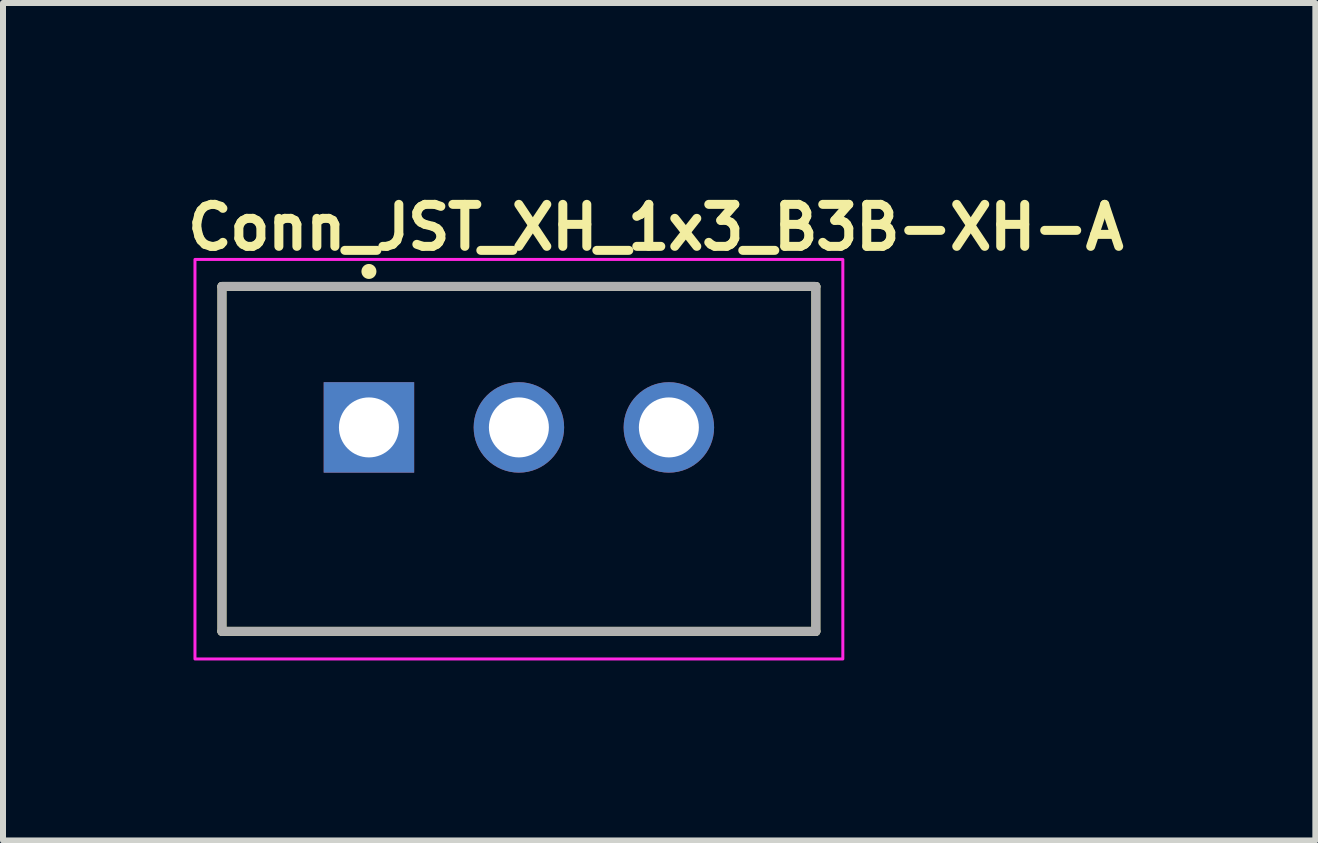
<source format=kicad_pcb>
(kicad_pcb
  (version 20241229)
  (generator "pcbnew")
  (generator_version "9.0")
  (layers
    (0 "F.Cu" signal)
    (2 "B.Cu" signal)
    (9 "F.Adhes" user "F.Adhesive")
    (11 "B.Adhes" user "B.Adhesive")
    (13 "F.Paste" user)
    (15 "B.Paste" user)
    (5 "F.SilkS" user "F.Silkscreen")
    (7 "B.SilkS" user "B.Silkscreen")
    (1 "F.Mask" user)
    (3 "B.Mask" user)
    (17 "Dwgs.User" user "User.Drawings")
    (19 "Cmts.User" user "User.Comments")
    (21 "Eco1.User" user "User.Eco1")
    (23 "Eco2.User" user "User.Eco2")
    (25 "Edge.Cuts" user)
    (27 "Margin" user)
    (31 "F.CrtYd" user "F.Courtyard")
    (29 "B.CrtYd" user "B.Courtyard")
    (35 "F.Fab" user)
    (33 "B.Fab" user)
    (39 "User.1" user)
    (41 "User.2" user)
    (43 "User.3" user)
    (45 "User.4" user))
  (footprint "Conn_JST_XH_1x3_B3B-XH-A"
    (layer "F.Cu")
    (at 3.1 4.075)
    (property "Reference" "Conn_JST_XH_1x3_B3B-XH-A" (at -3.1 -2.925 180) (layer "F.SilkS") (effects (font (size 0.7 0.7) (thickness 0.15)) (justify left bottom)))
    (attr through_hole)
    (fp_line (start -2.45 -2.35) (end 7.45 -2.35) (stroke (width 0.15) (type solid)) (layer "F.SilkS"))
    (fp_line (start -2.45 3.4) (end -2.45 -2.35) (stroke (width 0.15) (type solid)) (layer "F.SilkS"))
    (fp_line (start 7.45 -2.35) (end 7.45 3.4) (stroke (width 0.15) (type solid)) (layer "F.SilkS"))
    (fp_line (start 7.45 3.4) (end -2.45 3.4) (stroke (width 0.15) (type solid)) (layer "F.SilkS"))
    (fp_circle (center 0 -2.6) (end -0.05 -2.6) (stroke (width 0.15) (type solid)) (fill yes) (layer "F.SilkS"))
    (fp_rect (start -2.9 -2.8) (end 7.9 3.86) (stroke (width 0.05) (type solid)) (fill no) (layer "F.CrtYd"))
    (fp_line (start -2.45 -2.35) (end 7.45 -2.35) (stroke (width 0.15) (type solid)) (layer "F.Fab"))
    (fp_line (start -2.45 3.4) (end -2.45 -2.35) (stroke (width 0.15) (type solid)) (layer "F.Fab"))
    (fp_line (start 7.45 -2.35) (end 7.45 3.4) (stroke (width 0.15) (type solid)) (layer "F.Fab"))
    (fp_line (start 7.45 3.4) (end -2.45 3.4) (stroke (width 0.15) (type solid)) (layer "F.Fab"))
    (fp_rect (start -2.45 -2.345) (end 7.45 3.405) (stroke (width 0.1) (type solid)) (fill no) (layer "User.5"))
    (fp_line (start -2.45 -2.345) (end -2.45 -1.12) (stroke (width 0.02) (type solid)) (layer "User.9"))
    (fp_line (start -2.45 -2.345) (end -0.65 -2.345) (stroke (width 0.02) (type solid)) (layer "User.9"))
    (fp_line (start -2.45 -1.12) (end -2.45 -1.117) (stroke (width 0.02) (type solid)) (layer "User.9"))
    (fp_line (start -2.45 -1.12) (end -2.04 -1.12) (stroke (width 0.02) (type solid)) (layer "User.9"))
    (fp_line (start -2.45 -1.117) (end -2.45 -1.107) (stroke (width 0.02) (type solid)) (layer "User.9"))
    (fp_line (start -2.45 -1.107) (end -2.45 -1.092) (stroke (width 0.02) (type solid)) (layer "User.9"))
    (fp_line (start -2.45 -1.092) (end -2.45 -1.07) (stroke (width 0.02) (type solid)) (layer "User.9"))
    (fp_line (start -2.45 -1.07) (end -2.45 -1.043) (stroke (width 0.02) (type solid)) (layer "User.9"))
    (fp_line (start -2.45 -1.043) (end -2.45 -1.011) (stroke (width 0.02) (type solid)) (layer "User.9"))
    (fp_line (start -2.45 -1.011) (end -2.45 -0.974) (stroke (width 0.02) (type solid)) (layer "User.9"))
    (fp_line (start -2.45 -0.974) (end -2.45 -0.932) (stroke (width 0.02) (type solid)) (layer "User.9"))
    (fp_line (start -2.45 -0.932) (end -2.45 -0.886) (stroke (width 0.02) (type solid)) (layer "User.9"))
    (fp_line (start -2.45 -0.886) (end -2.45 -0.837) (stroke (width 0.02) (type solid)) (layer "User.9"))
    (fp_line (start -2.45 -0.837) (end -2.45 -0.785) (stroke (width 0.02) (type solid)) (layer "User.9"))
    (fp_line (start -2.45 -0.785) (end -2.45 -0.731) (stroke (width 0.02) (type solid)) (layer "User.9"))
    (fp_line (start -2.45 -0.731) (end -2.45 -0.676) (stroke (width 0.02) (type solid)) (layer "User.9"))
    (fp_line (start -2.45 -0.676) (end -2.45 -0.62) (stroke (width 0.02) (type solid)) (layer "User.9"))
    (fp_line (start -2.45 -0.62) (end -2.45 -0.12) (stroke (width 0.02) (type solid)) (layer "User.9"))
    (fp_line (start -2.45 -0.12) (end -2.45 -0.62) (stroke (width 0.02) (type solid)) (layer "User.9"))
    (fp_line (start -2.45 -0.12) (end -2.45 3.405) (stroke (width 0.02) (type solid)) (layer "User.9"))
    (fp_line (start -2.45 3.405) (end 7.45 3.405) (stroke (width 0.02) (type solid)) (layer "User.9"))
    (fp_line (start -2.04 -1.935) (end -1.75 -1.645) (stroke (width 0.02) (type solid)) (layer "User.9"))
    (fp_line (start -2.04 -1.935) (end -0.65 -1.935) (stroke (width 0.02) (type solid)) (layer "User.9"))
    (fp_line (start -2.04 -1.12) (end -2.45 -1.12) (stroke (width 0.02) (type solid)) (layer "User.9"))
    (fp_line (start -2.04 -1.12) (end -2.04 -1.935) (stroke (width 0.02) (type solid)) (layer "User.9"))
    (fp_line (start -2.04 -0.12) (end -2.45 -0.12) (stroke (width 0.02) (type solid)) (layer "User.9"))
    (fp_line (start -2.04 -0.12) (end -1.75 -0.12) (stroke (width 0.02) (type solid)) (layer "User.9"))
    (fp_line (start -2.04 2.995) (end -2.04 -0.12) (stroke (width 0.02) (type solid)) (layer "User.9"))
    (fp_line (start -2.04 2.995) (end -1.75 2.705) (stroke (width 0.02) (type solid)) (layer "User.9"))
    (fp_line (start -1.75 -1.645) (end -1.75 -1.12) (stroke (width 0.02) (type solid)) (layer "User.9"))
    (fp_line (start -1.75 -1.12) (end -2.04 -1.12) (stroke (width 0.02) (type solid)) (layer "User.9"))
    (fp_line (start -1.75 -1.12) (end -1.75 -0.62) (stroke (width 0.02) (type solid)) (layer "User.9"))
    (fp_line (start -1.75 -1.117) (end -1.75 -1.107) (stroke (width 0.02) (type solid)) (layer "User.9"))
    (fp_line (start -1.75 -1.107) (end -1.75 -1.092) (stroke (width 0.02) (type solid)) (layer "User.9"))
    (fp_line (start -1.75 -1.092) (end -1.75 -1.07) (stroke (width 0.02) (type solid)) (layer "User.9"))
    (fp_line (start -1.75 -1.07) (end -1.75 -1.043) (stroke (width 0.02) (type solid)) (layer "User.9"))
    (fp_line (start -1.75 -1.043) (end -1.75 -1.011) (stroke (width 0.02) (type solid)) (layer "User.9"))
    (fp_line (start -1.75 -1.011) (end -1.75 -0.974) (stroke (width 0.02) (type solid)) (layer "User.9"))
    (fp_line (start -1.75 -0.974) (end -1.75 -0.932) (stroke (width 0.02) (type solid)) (layer "User.9"))
    (fp_line (start -1.75 -0.932) (end -1.75 -0.886) (stroke (width 0.02) (type solid)) (layer "User.9"))
    (fp_line (start -1.75 -0.886) (end -1.75 -0.837) (stroke (width 0.02) (type solid)) (layer "User.9"))
    (fp_line (start -1.75 -0.837) (end -1.75 -0.785) (stroke (width 0.02) (type solid)) (layer "User.9"))
    (fp_line (start -1.75 -0.785) (end -1.75 -0.731) (stroke (width 0.02) (type solid)) (layer "User.9"))
    (fp_line (start -1.75 -0.731) (end -1.75 -0.676) (stroke (width 0.02) (type solid)) (layer "User.9"))
    (fp_line (start -1.75 -0.676) (end -1.75 -0.62) (stroke (width 0.02) (type solid)) (layer "User.9"))
    (fp_line (start -1.75 -0.62) (end -2.45 -0.62) (stroke (width 0.02) (type solid)) (layer "User.9"))
    (fp_line (start -1.75 -0.62) (end -1.75 -0.12) (stroke (width 0.02) (type solid)) (layer "User.9"))
    (fp_line (start -1.75 -0.12) (end -1.75 2.705) (stroke (width 0.02) (type solid)) (layer "User.9"))
    (fp_line (start -1.75 2.705) (end 6.75 2.705) (stroke (width 0.02) (type solid)) (layer "User.9"))
    (fp_line (start -0.65 -2.345) (end -0.633 -2.345) (stroke (width 0.02) (type solid)) (layer "User.9"))
    (fp_line (start -0.65 -1.935) (end -0.65 -2.345) (stroke (width 0.02) (type solid)) (layer "User.9"))
    (fp_line (start -0.65 -1.935) (end -0.65 -1.733) (stroke (width 0.02) (type solid)) (layer "User.9"))
    (fp_line (start -0.65 -1.935) (end -0.5 -1.646) (stroke (width 0.02) (type solid)) (layer "User.9"))
    (fp_line (start -0.65 -1.733) (end -0.623 -1.731) (stroke (width 0.02) (type solid)) (layer "User.9"))
    (fp_line (start -0.633 -2.345) (end -0.617 -2.345) (stroke (width 0.02) (type solid)) (layer "User.9"))
    (fp_line (start -0.623 -1.731) (end -0.595 -1.727) (stroke (width 0.02) (type solid)) (layer "User.9"))
    (fp_line (start -0.617 -2.345) (end -0.491 -2.345) (stroke (width 0.02) (type solid)) (layer "User.9"))
    (fp_line (start -0.6 -2.345) (end -0.585 -2.345) (stroke (width 0.02) (type solid)) (layer "User.9"))
    (fp_line (start -0.595 -1.727) (end -0.568 -1.719) (stroke (width 0.02) (type solid)) (layer "User.9"))
    (fp_line (start -0.585 -2.345) (end -0.57 -2.345) (stroke (width 0.02) (type solid)) (layer "User.9"))
    (fp_line (start -0.57 -2.345) (end -0.556 -2.345) (stroke (width 0.02) (type solid)) (layer "User.9"))
    (fp_line (start -0.568 -1.719) (end -0.544 -1.708) (stroke (width 0.02) (type solid)) (layer "User.9"))
    (fp_line (start -0.556 -2.345) (end -0.544 -2.345) (stroke (width 0.02) (type solid)) (layer "User.9"))
    (fp_line (start -0.544 -2.345) (end -0.533 -2.345) (stroke (width 0.02) (type solid)) (layer "User.9"))
    (fp_line (start -0.544 -1.708) (end -0.525 -1.694) (stroke (width 0.02) (type solid)) (layer "User.9"))
    (fp_line (start -0.533 -2.345) (end -0.523 -2.345) (stroke (width 0.02) (type solid)) (layer "User.9"))
    (fp_line (start -0.525 -1.694) (end -0.511 -1.678) (stroke (width 0.02) (type solid)) (layer "User.9"))
    (fp_line (start -0.523 -2.345) (end -0.515 -2.345) (stroke (width 0.02) (type solid)) (layer "User.9"))
    (fp_line (start -0.515 -2.345) (end -0.508 -2.345) (stroke (width 0.02) (type solid)) (layer "User.9"))
    (fp_line (start -0.511 -1.678) (end -0.503 -1.662) (stroke (width 0.02) (type solid)) (layer "User.9"))
    (fp_line (start -0.508 -2.345) (end -0.504 -2.345) (stroke (width 0.02) (type solid)) (layer "User.9"))
    (fp_line (start -0.504 -2.345) (end -0.501 -2.345) (stroke (width 0.02) (type solid)) (layer "User.9"))
    (fp_line (start -0.503 -1.662) (end -0.5 -1.646) (stroke (width 0.02) (type solid)) (layer "User.9"))
    (fp_line (start -0.501 -2.345) (end -0.5 -2.345) (stroke (width 0.02) (type solid)) (layer "User.9"))
    (fp_line (start -0.5 -1.646) (end -0.5 -2.345) (stroke (width 0.02) (type solid)) (layer "User.9"))
    (fp_line (start -0.5 -1.645) (end -1.75 -1.645) (stroke (width 0.02) (type solid)) (layer "User.9"))
    (fp_line (start -0.491 -2.345) (end -0.5 -1.645) (stroke (width 0.02) (type solid)) (layer "User.9"))
    (fp_line (start -0.473 -2.345) (end -0.5 -2.345) (stroke (width 0.02) (type solid)) (layer "User.9"))
    (fp_line (start -0.473 -1.645) (end -0.5 -1.645) (stroke (width 0.02) (type solid)) (layer "User.9"))
    (fp_line (start -0.444 -2.345) (end -0.473 -2.345) (stroke (width 0.02) (type solid)) (layer "User.9"))
    (fp_line (start -0.444 -1.645) (end -0.473 -1.645) (stroke (width 0.02) (type solid)) (layer "User.9"))
    (fp_line (start -0.414 -2.345) (end -0.444 -2.345) (stroke (width 0.02) (type solid)) (layer "User.9"))
    (fp_line (start -0.414 -1.645) (end -0.444 -1.645) (stroke (width 0.02) (type solid)) (layer "User.9"))
    (fp_line (start -0.381 -2.345) (end -0.414 -2.345) (stroke (width 0.02) (type solid)) (layer "User.9"))
    (fp_line (start -0.381 -1.645) (end -0.414 -1.645) (stroke (width 0.02) (type solid)) (layer "User.9"))
    (fp_line (start -0.348 -2.345) (end -0.381 -2.345) (stroke (width 0.02) (type solid)) (layer "User.9"))
    (fp_line (start -0.348 -1.645) (end -0.381 -1.645) (stroke (width 0.02) (type solid)) (layer "User.9"))
    (fp_line (start -0.32 -0.315) (end -0.32 0.325) (stroke (width 0.02) (type solid)) (layer "User.9"))
    (fp_line (start -0.32 -0.315) (end 0 0.005) (stroke (width 0.02) (type solid)) (layer "User.9"))
    (fp_line (start -0.32 0.325) (end 0 0.005) (stroke (width 0.02) (type solid)) (layer "User.9"))
    (fp_line (start -0.32 0.325) (end 0.32 0.325) (stroke (width 0.02) (type solid)) (layer "User.9"))
    (fp_line (start -0.312 -2.345) (end -0.348 -2.345) (stroke (width 0.02) (type solid)) (layer "User.9"))
    (fp_line (start -0.312 -1.645) (end -0.348 -1.645) (stroke (width 0.02) (type solid)) (layer "User.9"))
    (fp_line (start -0.276 -2.345) (end -0.312 -2.345) (stroke (width 0.02) (type solid)) (layer "User.9"))
    (fp_line (start -0.276 -1.645) (end -0.312 -1.645) (stroke (width 0.02) (type solid)) (layer "User.9"))
    (fp_line (start -0.239 -2.345) (end -0.276 -2.345) (stroke (width 0.02) (type solid)) (layer "User.9"))
    (fp_line (start -0.239 -1.645) (end -0.276 -1.645) (stroke (width 0.02) (type solid)) (layer "User.9"))
    (fp_line (start -0.211 -0.206) (end 0.211 -0.206) (stroke (width 0.02) (type solid)) (layer "User.9"))
    (fp_line (start -0.211 0.216) (end -0.211 -0.206) (stroke (width 0.02) (type solid)) (layer "User.9"))
    (fp_line (start -0.2 -2.345) (end -0.239 -2.345) (stroke (width 0.02) (type solid)) (layer "User.9"))
    (fp_line (start -0.2 -1.645) (end -0.239 -1.645) (stroke (width 0.02) (type solid)) (layer "User.9"))
    (fp_line (start -0.161 -2.345) (end -0.2 -2.345) (stroke (width 0.02) (type solid)) (layer "User.9"))
    (fp_line (start -0.161 -1.645) (end -0.2 -1.645) (stroke (width 0.02) (type solid)) (layer "User.9"))
    (fp_line (start -0.122 -2.345) (end -0.161 -2.345) (stroke (width 0.02) (type solid)) (layer "User.9"))
    (fp_line (start -0.122 -1.645) (end -0.161 -1.645) (stroke (width 0.02) (type solid)) (layer "User.9"))
    (fp_line (start -0.081 -2.345) (end -0.122 -2.345) (stroke (width 0.02) (type solid)) (layer "User.9"))
    (fp_line (start -0.081 -1.645) (end -0.122 -1.645) (stroke (width 0.02) (type solid)) (layer "User.9"))
    (fp_line (start -0.041 -2.345) (end -0.081 -2.345) (stroke (width 0.02) (type solid)) (layer "User.9"))
    (fp_line (start -0.041 -1.645) (end -0.081 -1.645) (stroke (width 0.02) (type solid)) (layer "User.9"))
    (fp_line (start 0 -2.345) (end -0.5 -2.345) (stroke (width 0.02) (type solid)) (layer "User.9"))
    (fp_line (start 0 -2.345) (end -0.041 -2.345) (stroke (width 0.02) (type solid)) (layer "User.9"))
    (fp_line (start 0 -1.645) (end -0.041 -1.645) (stroke (width 0.02) (type solid)) (layer "User.9"))
    (fp_line (start 0 -1.645) (end 0 -2.345) (stroke (width 0.02) (type solid)) (layer "User.9"))
    (fp_line (start 0 0.005) (end 0.32 -0.315) (stroke (width 0.02) (type solid)) (layer "User.9"))
    (fp_line (start 0.211 -0.206) (end 0.211 0.216) (stroke (width 0.02) (type solid)) (layer "User.9"))
    (fp_line (start 0.211 0.216) (end -0.211 0.216) (stroke (width 0.02) (type solid)) (layer "User.9"))
    (fp_line (start 0.211 0.216) (end 0.32 0.325) (stroke (width 0.02) (type solid)) (layer "User.9"))
    (fp_line (start 0.32 -0.315) (end -0.32 -0.315) (stroke (width 0.02) (type solid)) (layer "User.9"))
    (fp_line (start 0.32 0.325) (end 0.32 -0.315) (stroke (width 0.02) (type solid)) (layer "User.9"))
    (fp_line (start 0.65 -2.345) (end 0 -2.345) (stroke (width 0.02) (type solid)) (layer "User.9"))
    (fp_line (start 0.65 -2.345) (end 4.35 -2.345) (stroke (width 0.02) (type solid)) (layer "User.9"))
    (fp_line (start 0.65 -1.935) (end 0.65 -2.345) (stroke (width 0.02) (type solid)) (layer "User.9"))
    (fp_line (start 0.65 -1.935) (end 4.35 -1.935) (stroke (width 0.02) (type solid)) (layer "User.9"))
    (fp_line (start 0.65 -1.645) (end 0 -1.645) (stroke (width 0.02) (type solid)) (layer "User.9"))
    (fp_line (start 0.65 -1.645) (end 0 -1.645) (stroke (width 0.02) (type solid)) (layer "User.9"))
    (fp_line (start 0.65 -1.645) (end 0.65 -2.345) (stroke (width 0.02) (type solid)) (layer "User.9"))
    (fp_line (start 2.18 -0.315) (end 2.82 -0.315) (stroke (width 0.02) (type solid)) (layer "User.9"))
    (fp_line (start 2.18 0.325) (end 2.18 -0.315) (stroke (width 0.02) (type solid)) (layer "User.9"))
    (fp_line (start 2.289 -0.206) (end 2.289 0.216) (stroke (width 0.02) (type solid)) (layer "User.9"))
    (fp_line (start 2.289 0.216) (end 2.18 0.325) (stroke (width 0.02) (type solid)) (layer "User.9"))
    (fp_line (start 2.289 0.216) (end 2.711 0.216) (stroke (width 0.02) (type solid)) (layer "User.9"))
    (fp_line (start 2.5 0.005) (end 2.18 -0.315) (stroke (width 0.02) (type solid)) (layer "User.9"))
    (fp_line (start 2.711 -0.206) (end 2.289 -0.206) (stroke (width 0.02) (type solid)) (layer "User.9"))
    (fp_line (start 2.711 0.216) (end 2.711 -0.206) (stroke (width 0.02) (type solid)) (layer "User.9"))
    (fp_line (start 2.82 -0.315) (end 2.5 0.005) (stroke (width 0.02) (type solid)) (layer "User.9"))
    (fp_line (start 2.82 -0.315) (end 2.82 0.325) (stroke (width 0.02) (type solid)) (layer "User.9"))
    (fp_line (start 2.82 0.325) (end 2.18 0.325) (stroke (width 0.02) (type solid)) (layer "User.9"))
    (fp_line (start 2.82 0.325) (end 2.5 0.005) (stroke (width 0.02) (type solid)) (layer "User.9"))
    (fp_line (start 4.35 -2.345) (end 4.35 -1.645) (stroke (width 0.02) (type solid)) (layer "User.9"))
    (fp_line (start 4.35 -2.345) (end 5 -2.345) (stroke (width 0.02) (type solid)) (layer "User.9"))
    (fp_line (start 4.35 -1.935) (end 4.35 -2.345) (stroke (width 0.02) (type solid)) (layer "User.9"))
    (fp_line (start 4.35 -1.645) (end 0.65 -1.645) (stroke (width 0.02) (type solid)) (layer "User.9"))
    (fp_line (start 4.35 -1.645) (end 5 -1.645) (stroke (width 0.02) (type solid)) (layer "User.9"))
    (fp_line (start 4.35 -1.645) (end 5 -1.645) (stroke (width 0.02) (type solid)) (layer "User.9"))
    (fp_line (start 4.68 -0.315) (end 5.32 -0.315) (stroke (width 0.02) (type solid)) (layer "User.9"))
    (fp_line (start 4.68 0.325) (end 4.68 -0.315) (stroke (width 0.02) (type solid)) (layer "User.9"))
    (fp_line (start 4.789 -0.206) (end 4.789 0.216) (stroke (width 0.02) (type solid)) (layer "User.9"))
    (fp_line (start 4.789 0.216) (end 5.211 0.216) (stroke (width 0.02) (type solid)) (layer "User.9"))
    (fp_line (start 5 -2.345) (end 5.041 -2.345) (stroke (width 0.02) (type solid)) (layer "User.9"))
    (fp_line (start 5 -2.345) (end 5.501 -2.345) (stroke (width 0.02) (type solid)) (layer "User.9"))
    (fp_line (start 5 -1.645) (end 5 -2.345) (stroke (width 0.02) (type solid)) (layer "User.9"))
    (fp_line (start 5 -1.645) (end 5.041 -1.645) (stroke (width 0.02) (type solid)) (layer "User.9"))
    (fp_line (start 5 0.005) (end 4.68 -0.315) (stroke (width 0.02) (type solid)) (layer "User.9"))
    (fp_line (start 5 0.005) (end 4.68 0.325) (stroke (width 0.02) (type solid)) (layer "User.9"))
    (fp_line (start 5.041 -2.345) (end 5.081 -2.345) (stroke (width 0.02) (type solid)) (layer "User.9"))
    (fp_line (start 5.041 -1.645) (end 5.081 -1.645) (stroke (width 0.02) (type solid)) (layer "User.9"))
    (fp_line (start 5.081 -2.345) (end 5.122 -2.345) (stroke (width 0.02) (type solid)) (layer "User.9"))
    (fp_line (start 5.081 -1.645) (end 5.122 -1.645) (stroke (width 0.02) (type solid)) (layer "User.9"))
    (fp_line (start 5.122 -2.345) (end 5.161 -2.345) (stroke (width 0.02) (type solid)) (layer "User.9"))
    (fp_line (start 5.122 -1.645) (end 5.161 -1.645) (stroke (width 0.02) (type solid)) (layer "User.9"))
    (fp_line (start 5.161 -2.345) (end 5.2 -2.345) (stroke (width 0.02) (type solid)) (layer "User.9"))
    (fp_line (start 5.161 -1.645) (end 5.2 -1.645) (stroke (width 0.02) (type solid)) (layer "User.9"))
    (fp_line (start 5.2 -2.345) (end 5.239 -2.345) (stroke (width 0.02) (type solid)) (layer "User.9"))
    (fp_line (start 5.2 -1.645) (end 5.239 -1.645) (stroke (width 0.02) (type solid)) (layer "User.9"))
    (fp_line (start 5.211 -0.206) (end 4.789 -0.206) (stroke (width 0.02) (type solid)) (layer "User.9"))
    (fp_line (start 5.211 0.216) (end 5.211 -0.206) (stroke (width 0.02) (type solid)) (layer "User.9"))
    (fp_line (start 5.239 -2.345) (end 5.276 -2.345) (stroke (width 0.02) (type solid)) (layer "User.9"))
    (fp_line (start 5.239 -1.645) (end 5.276 -1.645) (stroke (width 0.02) (type solid)) (layer "User.9"))
    (fp_line (start 5.276 -2.345) (end 5.312 -2.345) (stroke (width 0.02) (type solid)) (layer "User.9"))
    (fp_line (start 5.276 -1.645) (end 5.312 -1.645) (stroke (width 0.02) (type solid)) (layer "User.9"))
    (fp_line (start 5.312 -2.345) (end 5.348 -2.345) (stroke (width 0.02) (type solid)) (layer "User.9"))
    (fp_line (start 5.312 -1.645) (end 5.348 -1.645) (stroke (width 0.02) (type solid)) (layer "User.9"))
    (fp_line (start 5.32 -0.315) (end 4.789 -0.206) (stroke (width 0.02) (type solid)) (layer "User.9"))
    (fp_line (start 5.32 -0.315) (end 5.211 -0.206) (stroke (width 0.02) (type solid)) (layer "User.9"))
    (fp_line (start 5.32 -0.315) (end 5.32 0.325) (stroke (width 0.02) (type solid)) (layer "User.9"))
    (fp_line (start 5.32 0.325) (end 4.68 0.325) (stroke (width 0.02) (type solid)) (layer "User.9"))
    (fp_line (start 5.32 0.325) (end 5 0.005) (stroke (width 0.02) (type solid)) (layer "User.9"))
    (fp_line (start 5.348 -2.345) (end 5.381 -2.345) (stroke (width 0.02) (type solid)) (layer "User.9"))
    (fp_line (start 5.348 -1.645) (end 5.381 -1.645) (stroke (width 0.02) (type solid)) (layer "User.9"))
    (fp_line (start 5.381 -2.345) (end 5.414 -2.345) (stroke (width 0.02) (type solid)) (layer "User.9"))
    (fp_line (start 5.381 -1.645) (end 5.414 -1.645) (stroke (width 0.02) (type solid)) (layer "User.9"))
    (fp_line (start 5.414 -2.345) (end 5.444 -2.345) (stroke (width 0.02) (type solid)) (layer "User.9"))
    (fp_line (start 5.414 -1.645) (end 5.444 -1.645) (stroke (width 0.02) (type solid)) (layer "User.9"))
    (fp_line (start 5.444 -2.345) (end 5.473 -2.345) (stroke (width 0.02) (type solid)) (layer "User.9"))
    (fp_line (start 5.444 -1.645) (end 5.473 -1.645) (stroke (width 0.02) (type solid)) (layer "User.9"))
    (fp_line (start 5.473 -2.345) (end 5.5 -2.345) (stroke (width 0.02) (type solid)) (layer "User.9"))
    (fp_line (start 5.473 -1.645) (end 5.5 -1.645) (stroke (width 0.02) (type solid)) (layer "User.9"))
    (fp_line (start 5.5 -1.646) (end 5.5 -2.345) (stroke (width 0.02) (type solid)) (layer "User.9"))
    (fp_line (start 5.5 -1.645) (end 5.5 -1.646) (stroke (width 0.02) (type solid)) (layer "User.9"))
    (fp_line (start 5.5 -1.645) (end 5.503 -1.662) (stroke (width 0.02) (type solid)) (layer "User.9"))
    (fp_line (start 5.501 -2.345) (end 5.504 -2.345) (stroke (width 0.02) (type solid)) (layer "User.9"))
    (fp_line (start 5.503 -1.662) (end 5.511 -1.678) (stroke (width 0.02) (type solid)) (layer "User.9"))
    (fp_line (start 5.504 -2.345) (end 5.508 -2.345) (stroke (width 0.02) (type solid)) (layer "User.9"))
    (fp_line (start 5.508 -2.345) (end 5.515 -2.345) (stroke (width 0.02) (type solid)) (layer "User.9"))
    (fp_line (start 5.511 -1.678) (end 5.524 -1.694) (stroke (width 0.02) (type solid)) (layer "User.9"))
    (fp_line (start 5.515 -2.345) (end 5.523 -2.345) (stroke (width 0.02) (type solid)) (layer "User.9"))
    (fp_line (start 5.523 -2.345) (end 5.533 -2.345) (stroke (width 0.02) (type solid)) (layer "User.9"))
    (fp_line (start 5.524 -1.694) (end 5.544 -1.708) (stroke (width 0.02) (type solid)) (layer "User.9"))
    (fp_line (start 5.533 -2.345) (end 5.544 -2.345) (stroke (width 0.02) (type solid)) (layer "User.9"))
    (fp_line (start 5.544 -2.345) (end 5.556 -2.345) (stroke (width 0.02) (type solid)) (layer "User.9"))
    (fp_line (start 5.544 -1.708) (end 5.568 -1.719) (stroke (width 0.02) (type solid)) (layer "User.9"))
    (fp_line (start 5.556 -2.345) (end 5.57 -2.345) (stroke (width 0.02) (type solid)) (layer "User.9"))
    (fp_line (start 5.568 -1.719) (end 5.595 -1.727) (stroke (width 0.02) (type solid)) (layer "User.9"))
    (fp_line (start 5.57 -2.345) (end 5.585 -2.345) (stroke (width 0.02) (type solid)) (layer "User.9"))
    (fp_line (start 5.585 -2.345) (end 5.6 -2.345) (stroke (width 0.02) (type solid)) (layer "User.9"))
    (fp_line (start 5.595 -1.727) (end 5.623 -1.731) (stroke (width 0.02) (type solid)) (layer "User.9"))
    (fp_line (start 5.6 -2.345) (end 5.617 -2.345) (stroke (width 0.02) (type solid)) (layer "User.9"))
    (fp_line (start 5.617 -2.345) (end 5.633 -2.345) (stroke (width 0.02) (type solid)) (layer "User.9"))
    (fp_line (start 5.623 -1.731) (end 5.65 -1.733) (stroke (width 0.02) (type solid)) (layer "User.9"))
    (fp_line (start 5.633 -2.345) (end 5.65 -2.345) (stroke (width 0.02) (type solid)) (layer "User.9"))
    (fp_line (start 5.65 -2.345) (end 5.65 -1.935) (stroke (width 0.02) (type solid)) (layer "User.9"))
    (fp_line (start 5.65 -2.345) (end 7.45 -2.345) (stroke (width 0.02) (type solid)) (layer "User.9"))
    (fp_line (start 5.65 -1.935) (end 5.65 -2.345) (stroke (width 0.02) (type solid)) (layer "User.9"))
    (fp_line (start 5.65 -1.935) (end 7.04 -1.935) (stroke (width 0.02) (type solid)) (layer "User.9"))
    (fp_line (start 5.65 -1.733) (end 5.65 -1.935) (stroke (width 0.02) (type solid)) (layer "User.9"))
    (fp_line (start 6.75 -1.645) (end 5.5 -1.645) (stroke (width 0.02) (type solid)) (layer "User.9"))
    (fp_line (start 6.75 -1.12) (end 6.75 -1.645) (stroke (width 0.02) (type solid)) (layer "User.9"))
    (fp_line (start 6.75 -1.12) (end 6.75 -1.645) (stroke (width 0.02) (type solid)) (layer "User.9"))
    (fp_line (start 6.75 -1.117) (end 6.75 -1.12) (stroke (width 0.02) (type solid)) (layer "User.9"))
    (fp_line (start 6.75 -1.107) (end 6.75 -1.117) (stroke (width 0.02) (type solid)) (layer "User.9"))
    (fp_line (start 6.75 -1.092) (end 6.75 -1.107) (stroke (width 0.02) (type solid)) (layer "User.9"))
    (fp_line (start 6.75 -1.07) (end 6.75 -1.092) (stroke (width 0.02) (type solid)) (layer "User.9"))
    (fp_line (start 6.75 -1.043) (end 6.75 -1.07) (stroke (width 0.02) (type solid)) (layer "User.9"))
    (fp_line (start 6.75 -1.011) (end 6.75 -1.043) (stroke (width 0.02) (type solid)) (layer "User.9"))
    (fp_line (start 6.75 -0.974) (end 6.75 -1.011) (stroke (width 0.02) (type solid)) (layer "User.9"))
    (fp_line (start 6.75 -0.932) (end 6.75 -0.974) (stroke (width 0.02) (type solid)) (layer "User.9"))
    (fp_line (start 6.75 -0.886) (end 6.75 -0.932) (stroke (width 0.02) (type solid)) (layer "User.9"))
    (fp_line (start 6.75 -0.837) (end 6.75 -0.886) (stroke (width 0.02) (type solid)) (layer "User.9"))
    (fp_line (start 6.75 -0.785) (end 6.75 -0.837) (stroke (width 0.02) (type solid)) (layer "User.9"))
    (fp_line (start 6.75 -0.731) (end 6.75 -0.785) (stroke (width 0.02) (type solid)) (layer "User.9"))
    (fp_line (start 6.75 -0.676) (end 6.75 -0.731) (stroke (width 0.02) (type solid)) (layer "User.9"))
    (fp_line (start 6.75 -0.62) (end 6.75 -0.676) (stroke (width 0.02) (type solid)) (layer "User.9"))
    (fp_line (start 6.75 -0.12) (end 6.75 -0.62) (stroke (width 0.02) (type solid)) (layer "User.9"))
    (fp_line (start 6.75 -0.12) (end 6.75 -0.62) (stroke (width 0.02) (type solid)) (layer "User.9"))
    (fp_line (start 6.75 -0.12) (end 7.04 -0.12) (stroke (width 0.02) (type solid)) (layer "User.9"))
    (fp_line (start 6.75 2.705) (end 6.75 -0.12) (stroke (width 0.02) (type solid)) (layer "User.9"))
    (fp_line (start 7.04 -1.935) (end 6.75 -1.645) (stroke (width 0.02) (type solid)) (layer "User.9"))
    (fp_line (start 7.04 -1.935) (end 7.04 -1.12) (stroke (width 0.02) (type solid)) (layer "User.9"))
    (fp_line (start 7.04 -0.12) (end 7.04 2.995) (stroke (width 0.02) (type solid)) (layer "User.9"))
    (fp_line (start 7.04 2.995) (end -2.04 2.995) (stroke (width 0.02) (type solid)) (layer "User.9"))
    (fp_line (start 7.04 2.995) (end 6.75 2.705) (stroke (width 0.02) (type solid)) (layer "User.9"))
    (fp_line (start 7.45 -2.345) (end 7.45 -1.12) (stroke (width 0.02) (type solid)) (layer "User.9"))
    (fp_line (start 7.45 -1.12) (end 6.75 -1.12) (stroke (width 0.02) (type solid)) (layer "User.9"))
    (fp_line (start 7.45 -1.12) (end 7.04 -1.12) (stroke (width 0.02) (type solid)) (layer "User.9"))
    (fp_line (start 7.45 -1.12) (end 7.45 -1.117) (stroke (width 0.02) (type solid)) (layer "User.9"))
    (fp_line (start 7.45 -1.117) (end 7.45 -1.107) (stroke (width 0.02) (type solid)) (layer "User.9"))
    (fp_line (start 7.45 -1.107) (end 7.45 -1.092) (stroke (width 0.02) (type solid)) (layer "User.9"))
    (fp_line (start 7.45 -1.092) (end 7.45 -1.07) (stroke (width 0.02) (type solid)) (layer "User.9"))
    (fp_line (start 7.45 -1.07) (end 7.45 -1.043) (stroke (width 0.02) (type solid)) (layer "User.9"))
    (fp_line (start 7.45 -1.043) (end 7.45 -1.011) (stroke (width 0.02) (type solid)) (layer "User.9"))
    (fp_line (start 7.45 -1.011) (end 7.45 -0.974) (stroke (width 0.02) (type solid)) (layer "User.9"))
    (fp_line (start 7.45 -0.974) (end 7.45 -0.932) (stroke (width 0.02) (type solid)) (layer "User.9"))
    (fp_line (start 7.45 -0.932) (end 7.45 -0.886) (stroke (width 0.02) (type solid)) (layer "User.9"))
    (fp_line (start 7.45 -0.886) (end 7.45 -0.837) (stroke (width 0.02) (type solid)) (layer "User.9"))
    (fp_line (start 7.45 -0.837) (end 7.45 -0.785) (stroke (width 0.02) (type solid)) (layer "User.9"))
    (fp_line (start 7.45 -0.785) (end 7.45 -0.731) (stroke (width 0.02) (type solid)) (layer "User.9"))
    (fp_line (start 7.45 -0.731) (end 7.45 -0.676) (stroke (width 0.02) (type solid)) (layer "User.9"))
    (fp_line (start 7.45 -0.676) (end 7.45 -0.62) (stroke (width 0.02) (type solid)) (layer "User.9"))
    (fp_line (start 7.45 -0.62) (end 6.75 -0.62) (stroke (width 0.02) (type solid)) (layer "User.9"))
    (fp_line (start 7.45 -0.62) (end 7.45 -0.12) (stroke (width 0.02) (type solid)) (layer "User.9"))
    (fp_line (start 7.45 -0.12) (end 7.04 -0.12) (stroke (width 0.02) (type solid)) (layer "User.9"))
    (fp_line (start 7.45 -0.12) (end 7.04 -0.12) (stroke (width 0.02) (type solid)) (layer "User.9"))
    (fp_line (start 7.45 -0.12) (end 7.45 3.405) (stroke (width 0.02) (type solid)) (layer "User.9"))
    (pad "1" thru_hole rect (at 0 0 180) (size 1.508 1.508) (drill 1) (layers "*.Cu" "*.Mask"))
    (pad "2" thru_hole circle (at 2.5 0 180) (size 1.508 1.508) (drill 1) (layers "*.Cu" "*.Mask"))
    (pad "3" thru_hole circle (at 5 0 180) (size 1.508 1.508) (drill 1) (layers "*.Cu" "*.Mask")))
  (gr_rect
    (start -3 -3)
    (end 18.877 10.96)
    (stroke (width 0.1) (type default))
    (fill no)
    (layer "Edge.Cuts")))
</source>
